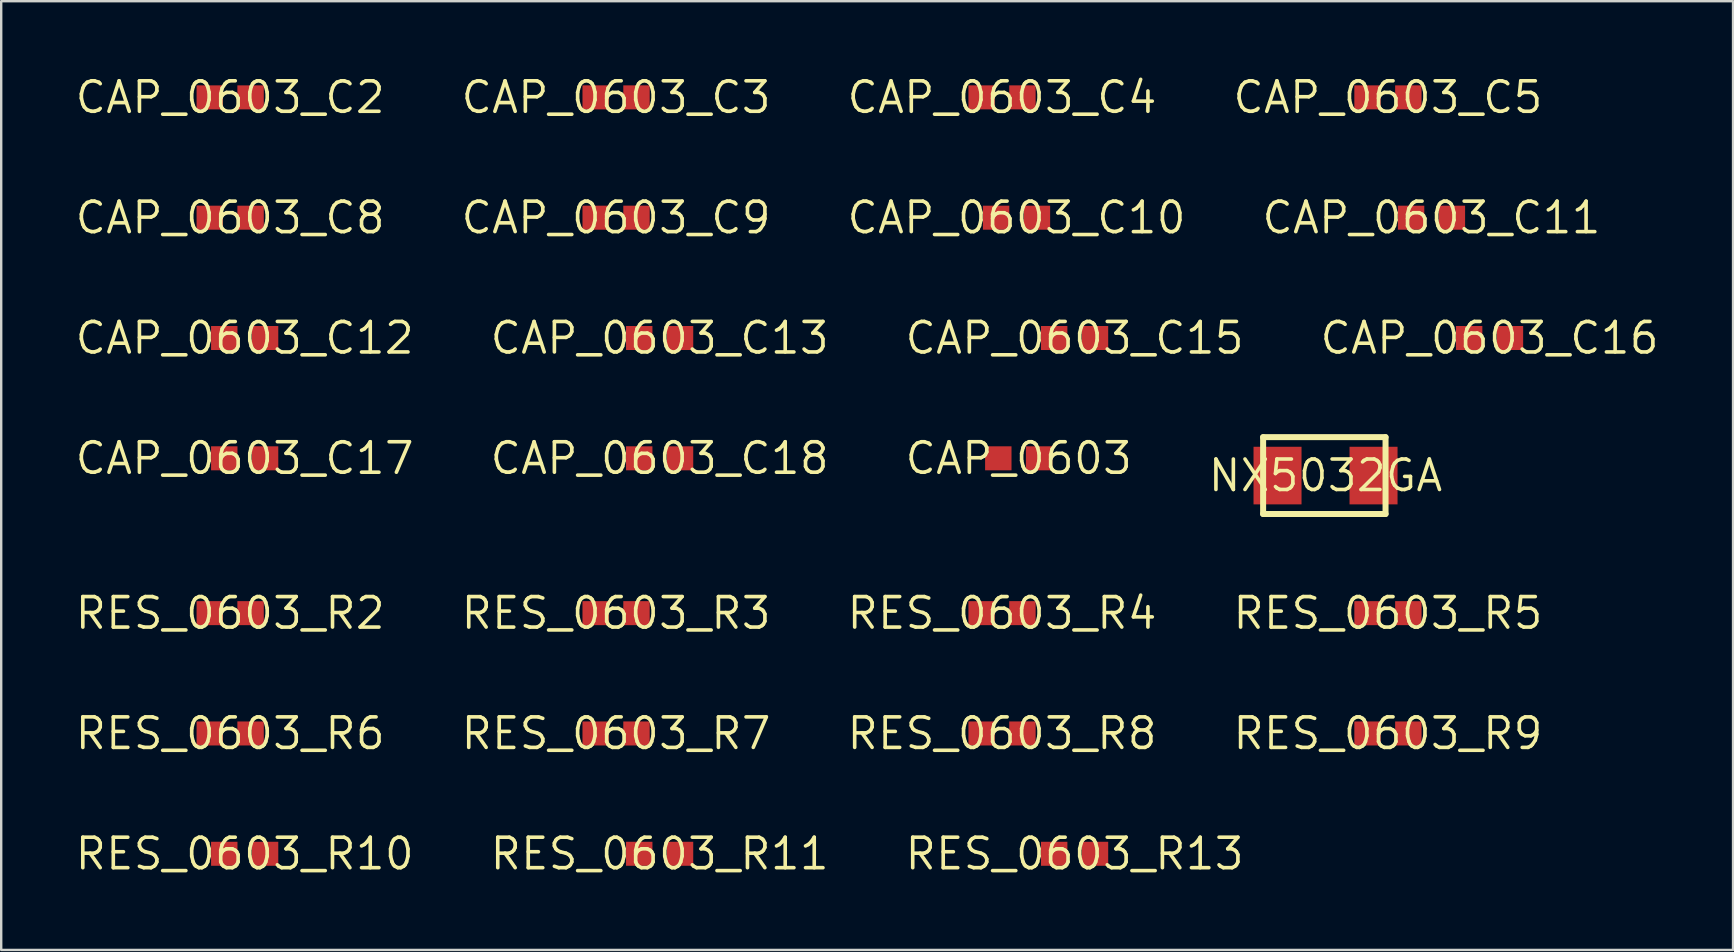
<source format=kicad_pcb>
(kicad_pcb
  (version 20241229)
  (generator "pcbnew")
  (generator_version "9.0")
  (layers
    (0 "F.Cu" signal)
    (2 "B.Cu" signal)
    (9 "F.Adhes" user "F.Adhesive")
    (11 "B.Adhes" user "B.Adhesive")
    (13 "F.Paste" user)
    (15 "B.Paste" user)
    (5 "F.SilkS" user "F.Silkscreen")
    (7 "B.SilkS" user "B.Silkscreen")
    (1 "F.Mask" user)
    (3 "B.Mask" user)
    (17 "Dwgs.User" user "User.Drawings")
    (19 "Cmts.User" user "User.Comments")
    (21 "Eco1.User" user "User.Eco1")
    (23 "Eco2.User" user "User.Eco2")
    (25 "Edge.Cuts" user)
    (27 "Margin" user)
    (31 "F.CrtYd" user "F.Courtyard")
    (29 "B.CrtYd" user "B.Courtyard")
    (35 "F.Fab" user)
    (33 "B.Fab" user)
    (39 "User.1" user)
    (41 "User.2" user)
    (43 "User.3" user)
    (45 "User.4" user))
  (footprint "CAP_0603_C2"
    (layer "F.Cu")
    (at 6.539 1.006)
    (property "Reference" "CAP_0603_C2" (at 0 0 0) (layer "F.SilkS") (effects (font (size 1.27 1.27) (thickness 0.15))))
    (attr through_hole)
    (pad "1" smd rect (at -0.85 0 90) (size 1 1.1) (layers "F.Cu" "F.Mask" "F.Paste"))
    (pad "2" smd rect (at 0.85 0 90) (size 1 1.1) (layers "F.Cu" "F.Mask" "F.Paste")))
  (footprint "RES_0603_R5"
    (layer "F.Cu")
    (at 54.771 22.493)
    (property "Reference" "RES_0603_R5" (at 0 0 0) (layer "F.SilkS") (effects (font (size 1.27 1.27) (thickness 0.15))))
    (attr through_hole)
    (pad "1" smd rect (at -0.85 0 90) (size 1 1.1) (layers "F.Cu" "F.Mask" "F.Paste"))
    (pad "2" smd rect (at 0.85 0 90) (size 1 1.1) (layers "F.Cu" "F.Mask" "F.Paste")))
  (footprint "CAP_0603_C5"
    (layer "F.Cu")
    (at 54.771 1.006)
    (property "Reference" "CAP_0603_C5" (at 0 0 0) (layer "F.SilkS") (effects (font (size 1.27 1.27) (thickness 0.15))))
    (attr through_hole)
    (pad "1" smd rect (at -0.85 0 90) (size 1 1.1) (layers "F.Cu" "F.Mask" "F.Paste"))
    (pad "2" smd rect (at 0.85 0 90) (size 1 1.1) (layers "F.Cu" "F.Mask" "F.Paste")))
  (footprint "CAP_0603_C12"
    (layer "F.Cu")
    (at 7.143 11.031)
    (property "Reference" "CAP_0603_C12" (at 0 0 0) (layer "F.SilkS") (effects (font (size 1.27 1.27) (thickness 0.15))))
    (attr through_hole)
    (pad "1" smd rect (at -0.85 0 90) (size 1 1.1) (layers "F.Cu" "F.Mask" "F.Paste"))
    (pad "2" smd rect (at 0.85 0 90) (size 1 1.1) (layers "F.Cu" "F.Mask" "F.Paste")))
  (footprint "CAP_0603_C18"
    (layer "F.Cu")
    (at 24.43 16.043)
    (property "Reference" "CAP_0603_C18" (at 0 0 0) (layer "F.SilkS") (effects (font (size 1.27 1.27) (thickness 0.15))))
    (attr through_hole)
    (pad "1" smd rect (at -0.85 0 90) (size 1 1.1) (layers "F.Cu" "F.Mask" "F.Paste"))
    (pad "2" smd rect (at 0.85 0 90) (size 1 1.1) (layers "F.Cu" "F.Mask" "F.Paste")))
  (footprint "RES_0603_R11"
    (layer "F.Cu")
    (at 24.43 32.518)
    (property "Reference" "RES_0603_R11" (at 0 0 0) (layer "F.SilkS") (effects (font (size 1.27 1.27) (thickness 0.15))))
    (attr through_hole)
    (pad "1" smd rect (at -0.85 0 90) (size 1 1.1) (layers "F.Cu" "F.Mask" "F.Paste"))
    (pad "2" smd rect (at 0.85 0 90) (size 1 1.1) (layers "F.Cu" "F.Mask" "F.Paste")))
  (footprint "CAP_0603_C9"
    (layer "F.Cu")
    (at 22.616 6.019)
    (property "Reference" "CAP_0603_C9" (at 0 0 0) (layer "F.SilkS") (effects (font (size 1.27 1.27) (thickness 0.15))))
    (attr through_hole)
    (pad "1" smd rect (at -0.85 0 90) (size 1 1.1) (layers "F.Cu" "F.Mask" "F.Paste"))
    (pad "2" smd rect (at 0.85 0 90) (size 1 1.1) (layers "F.Cu" "F.Mask" "F.Paste")))
  (footprint "CAP_0603_C17"
    (layer "F.Cu")
    (at 7.143 16.043)
    (property "Reference" "CAP_0603_C17" (at 0 0 0) (layer "F.SilkS") (effects (font (size 1.27 1.27) (thickness 0.15))))
    (attr through_hole)
    (pad "1" smd rect (at -0.85 0 90) (size 1 1.1) (layers "F.Cu" "F.Mask" "F.Paste"))
    (pad "2" smd rect (at 0.85 0 90) (size 1 1.1) (layers "F.Cu" "F.Mask" "F.Paste")))
  (footprint "RES_0603_R4"
    (layer "F.Cu")
    (at 38.694 22.493)
    (property "Reference" "RES_0603_R4" (at 0 0 0) (layer "F.SilkS") (effects (font (size 1.27 1.27) (thickness 0.15))))
    (attr through_hole)
    (pad "1" smd rect (at -0.85 0 90) (size 1 1.1) (layers "F.Cu" "F.Mask" "F.Paste"))
    (pad "2" smd rect (at 0.85 0 90) (size 1 1.1) (layers "F.Cu" "F.Mask" "F.Paste")))
  (footprint "RES_0603_R6"
    (layer "F.Cu")
    (at 6.539 27.506)
    (property "Reference" "RES_0603_R6" (at 0 0 0) (layer "F.SilkS") (effects (font (size 1.27 1.27) (thickness 0.15))))
    (attr through_hole)
    (pad "1" smd rect (at -0.85 0 90) (size 1 1.1) (layers "F.Cu" "F.Mask" "F.Paste"))
    (pad "2" smd rect (at 0.85 0 90) (size 1 1.1) (layers "F.Cu" "F.Mask" "F.Paste")))
  (footprint "CAP_0603_C13"
    (layer "F.Cu")
    (at 24.43 11.031)
    (property "Reference" "CAP_0603_C13" (at 0 0 0) (layer "F.SilkS") (effects (font (size 1.27 1.27) (thickness 0.15))))
    (attr through_hole)
    (pad "1" smd rect (at -0.85 0 90) (size 1 1.1) (layers "F.Cu" "F.Mask" "F.Paste"))
    (pad "2" smd rect (at 0.85 0 90) (size 1 1.1) (layers "F.Cu" "F.Mask" "F.Paste")))
  (footprint "NX5032GA"
    (layer "F.Cu")
    (at 52.171 16.762)
    (property "Reference" "NX5032GA" (at 0 0 0) (layer "F.SilkS") (effects (font (size 1.27 1.27) (thickness 0.15))))
    (attr through_hole)
    (fp_line (start -2.6 -1.6) (end 2.5 -1.6) (stroke (width 0.25) (type solid)) (layer "F.SilkS"))
    (fp_line (start -2.6 1.6) (end -2.6 -1.6) (stroke (width 0.25) (type solid)) (layer "F.SilkS"))
    (fp_line (start 2.5 -1.6) (end 2.5 1.6) (stroke (width 0.25) (type solid)) (layer "F.SilkS"))
    (fp_line (start 2.5 1.6) (end -2.6 1.6) (stroke (width 0.25) (type solid)) (layer "F.SilkS"))
    (pad "1" smd rect (at -2 0) (size 2 2.4) (layers "F.Cu" "F.Mask" "F.Paste"))
    (pad "2" smd rect (at 2 0) (size 2 2.4) (layers "F.Cu" "F.Mask" "F.Paste")))
  (footprint "CAP_0603_C10"
    (layer "F.Cu")
    (at 39.298 6.019)
    (property "Reference" "CAP_0603_C10" (at 0 0 0) (layer "F.SilkS") (effects (font (size 1.27 1.27) (thickness 0.15))))
    (attr through_hole)
    (pad "1" smd rect (at -0.85 0 90) (size 1 1.1) (layers "F.Cu" "F.Mask" "F.Paste"))
    (pad "2" smd rect (at 0.85 0 90) (size 1 1.1) (layers "F.Cu" "F.Mask" "F.Paste")))
  (footprint "CAP_0603_C8"
    (layer "F.Cu")
    (at 6.539 6.019)
    (property "Reference" "CAP_0603_C8" (at 0 0 0) (layer "F.SilkS") (effects (font (size 1.27 1.27) (thickness 0.15))))
    (attr through_hole)
    (pad "1" smd rect (at -0.85 0 90) (size 1 1.1) (layers "F.Cu" "F.Mask" "F.Paste"))
    (pad "2" smd rect (at 0.85 0 90) (size 1 1.1) (layers "F.Cu" "F.Mask" "F.Paste")))
  (footprint "RES_0603_R8"
    (layer "F.Cu")
    (at 38.694 27.506)
    (property "Reference" "RES_0603_R8" (at 0 0 0) (layer "F.SilkS") (effects (font (size 1.27 1.27) (thickness 0.15))))
    (attr through_hole)
    (pad "1" smd rect (at -0.85 0 90) (size 1 1.1) (layers "F.Cu" "F.Mask" "F.Paste"))
    (pad "2" smd rect (at 0.85 0 90) (size 1 1.1) (layers "F.Cu" "F.Mask" "F.Paste")))
  (footprint "RES_0603_R9"
    (layer "F.Cu")
    (at 54.771 27.506)
    (property "Reference" "RES_0603_R9" (at 0 0 0) (layer "F.SilkS") (effects (font (size 1.27 1.27) (thickness 0.15))))
    (attr through_hole)
    (pad "1" smd rect (at -0.85 0 90) (size 1 1.1) (layers "F.Cu" "F.Mask" "F.Paste"))
    (pad "2" smd rect (at 0.85 0 90) (size 1 1.1) (layers "F.Cu" "F.Mask" "F.Paste")))
  (footprint "RES_0603_R7"
    (layer "F.Cu")
    (at 22.616 27.506)
    (property "Reference" "RES_0603_R7" (at 0 0 0) (layer "F.SilkS") (effects (font (size 1.27 1.27) (thickness 0.15))))
    (attr through_hole)
    (pad "1" smd rect (at -0.85 0 90) (size 1 1.1) (layers "F.Cu" "F.Mask" "F.Paste"))
    (pad "2" smd rect (at 0.85 0 90) (size 1 1.1) (layers "F.Cu" "F.Mask" "F.Paste")))
  (footprint "CAP_0603_C3"
    (layer "F.Cu")
    (at 22.616 1.006)
    (property "Reference" "CAP_0603_C3" (at 0 0 0) (layer "F.SilkS") (effects (font (size 1.27 1.27) (thickness 0.15))))
    (attr through_hole)
    (pad "1" smd rect (at -0.85 0 90) (size 1 1.1) (layers "F.Cu" "F.Mask" "F.Paste"))
    (pad "2" smd rect (at 0.85 0 90) (size 1 1.1) (layers "F.Cu" "F.Mask" "F.Paste")))
  (footprint "CAP_0603_C11"
    (layer "F.Cu")
    (at 56.585 6.019)
    (property "Reference" "CAP_0603_C11" (at 0 0 0) (layer "F.SilkS") (effects (font (size 1.27 1.27) (thickness 0.15))))
    (attr through_hole)
    (pad "1" smd rect (at -0.85 0 90) (size 1 1.1) (layers "F.Cu" "F.Mask" "F.Paste"))
    (pad "2" smd rect (at 0.85 0 90) (size 1 1.1) (layers "F.Cu" "F.Mask" "F.Paste")))
  (footprint "RES_0603_R10"
    (layer "F.Cu")
    (at 7.143 32.518)
    (property "Reference" "RES_0603_R10" (at 0 0 0) (layer "F.SilkS") (effects (font (size 1.27 1.27) (thickness 0.15))))
    (attr through_hole)
    (pad "1" smd rect (at -0.85 0 90) (size 1 1.1) (layers "F.Cu" "F.Mask" "F.Paste"))
    (pad "2" smd rect (at 0.85 0 90) (size 1 1.1) (layers "F.Cu" "F.Mask" "F.Paste")))
  (footprint "CAP_0603_C15"
    (layer "F.Cu")
    (at 41.717 11.031)
    (property "Reference" "CAP_0603_C15" (at 0 0 0) (layer "F.SilkS") (effects (font (size 1.27 1.27) (thickness 0.15))))
    (attr through_hole)
    (pad "1" smd rect (at -0.85 0 90) (size 1 1.1) (layers "F.Cu" "F.Mask" "F.Paste"))
    (pad "2" smd rect (at 0.85 0 90) (size 1 1.1) (layers "F.Cu" "F.Mask" "F.Paste")))
  (footprint "CAP_0603"
    (layer "F.Cu")
    (at 39.389 16.043)
    (property "Reference" "CAP_0603" (at 0 0 0) (layer "F.SilkS") (effects (font (size 1.27 1.27) (thickness 0.15))))
    (attr through_hole)
    (pad "1" smd rect (at -0.85 0 90) (size 1 1.1) (layers "F.Cu" "F.Mask" "F.Paste"))
    (pad "2" smd rect (at 0.85 0 90) (size 1 1.1) (layers "F.Cu" "F.Mask" "F.Paste")))
  (footprint "RES_0603_R13"
    (layer "F.Cu")
    (at 41.717 32.518)
    (property "Reference" "RES_0603_R13" (at 0 0 0) (layer "F.SilkS") (effects (font (size 1.27 1.27) (thickness 0.15))))
    (attr through_hole)
    (pad "1" smd rect (at -0.85 0 90) (size 1 1.1) (layers "F.Cu" "F.Mask" "F.Paste"))
    (pad "2" smd rect (at 0.85 0 90) (size 1 1.1) (layers "F.Cu" "F.Mask" "F.Paste")))
  (footprint "CAP_0603_C4"
    (layer "F.Cu")
    (at 38.694 1.006)
    (property "Reference" "CAP_0603_C4" (at 0 0 0) (layer "F.SilkS") (effects (font (size 1.27 1.27) (thickness 0.15))))
    (attr through_hole)
    (pad "1" smd rect (at -0.85 0 90) (size 1 1.1) (layers "F.Cu" "F.Mask" "F.Paste"))
    (pad "2" smd rect (at 0.85 0 90) (size 1 1.1) (layers "F.Cu" "F.Mask" "F.Paste")))
  (footprint "CAP_0603_C16"
    (layer "F.Cu")
    (at 59.004 11.031)
    (property "Reference" "CAP_0603_C16" (at 0 0 0) (layer "F.SilkS") (effects (font (size 1.27 1.27) (thickness 0.15))))
    (attr through_hole)
    (pad "1" smd rect (at -0.85 0 90) (size 1 1.1) (layers "F.Cu" "F.Mask" "F.Paste"))
    (pad "2" smd rect (at 0.85 0 90) (size 1 1.1) (layers "F.Cu" "F.Mask" "F.Paste")))
  (footprint "RES_0603_R3"
    (layer "F.Cu")
    (at 22.616 22.493)
    (property "Reference" "RES_0603_R3" (at 0 0 0) (layer "F.SilkS") (effects (font (size 1.27 1.27) (thickness 0.15))))
    (attr through_hole)
    (pad "1" smd rect (at -0.85 0 90) (size 1 1.1) (layers "F.Cu" "F.Mask" "F.Paste"))
    (pad "2" smd rect (at 0.85 0 90) (size 1 1.1) (layers "F.Cu" "F.Mask" "F.Paste")))
  (footprint "RES_0603_R2"
    (layer "F.Cu")
    (at 6.539 22.493)
    (property "Reference" "RES_0603_R2" (at 0 0 0) (layer "F.SilkS") (effects (font (size 1.27 1.27) (thickness 0.15))))
    (attr through_hole)
    (pad "1" smd rect (at -0.85 0 90) (size 1 1.1) (layers "F.Cu" "F.Mask" "F.Paste"))
    (pad "2" smd rect (at 0.85 0 90) (size 1 1.1) (layers "F.Cu" "F.Mask" "F.Paste")))
  (gr_rect
    (start -3 -3)
    (end 69.148 36.524)
    (stroke (width 0.1) (type default))
    (fill no)
    (layer "Edge.Cuts")))
</source>
